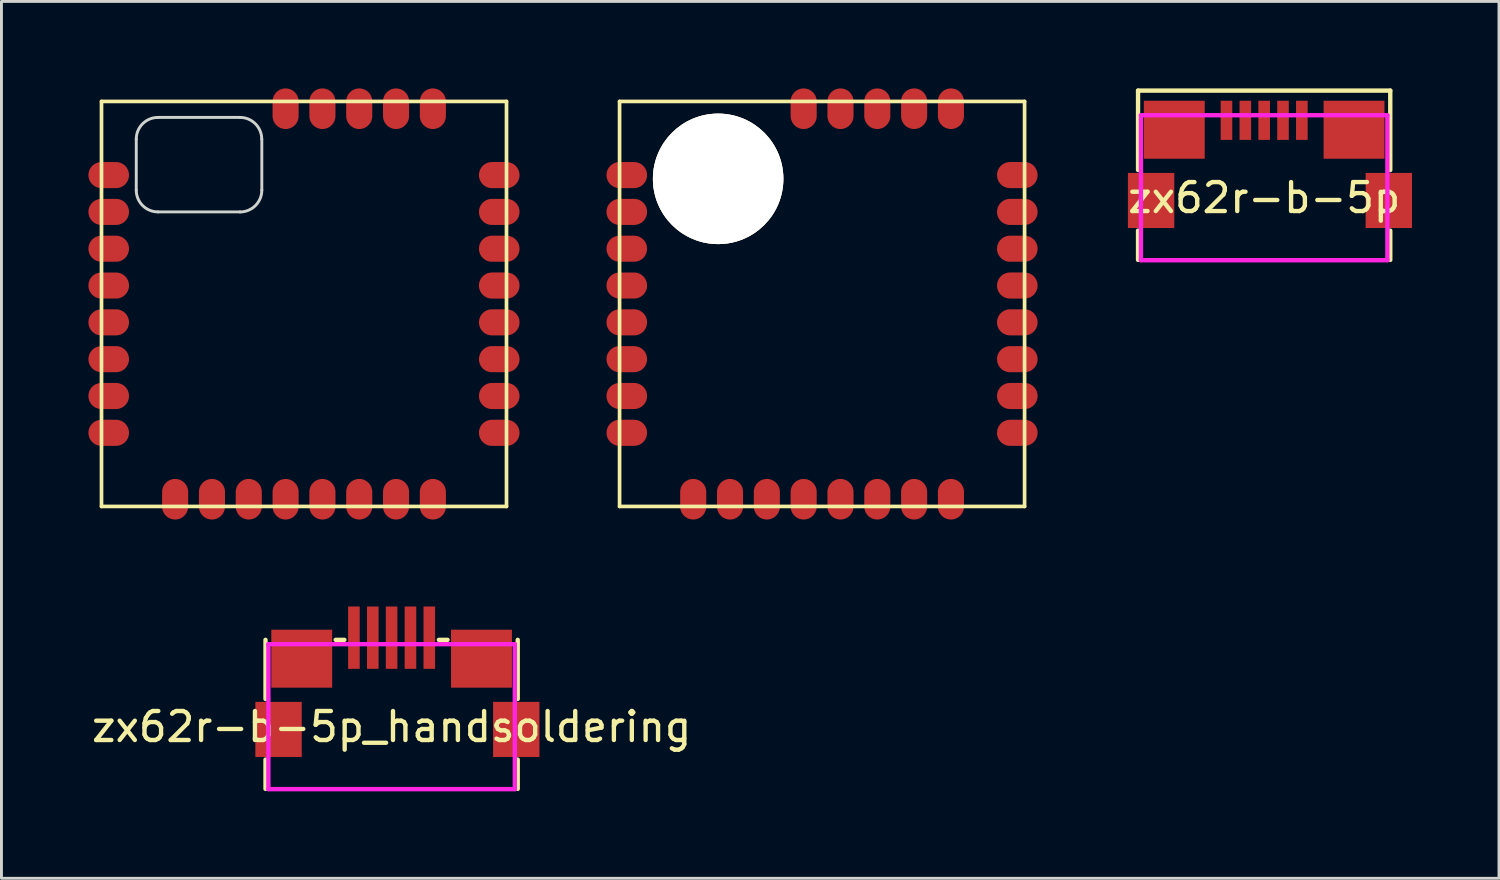
<source format=kicad_pcb>
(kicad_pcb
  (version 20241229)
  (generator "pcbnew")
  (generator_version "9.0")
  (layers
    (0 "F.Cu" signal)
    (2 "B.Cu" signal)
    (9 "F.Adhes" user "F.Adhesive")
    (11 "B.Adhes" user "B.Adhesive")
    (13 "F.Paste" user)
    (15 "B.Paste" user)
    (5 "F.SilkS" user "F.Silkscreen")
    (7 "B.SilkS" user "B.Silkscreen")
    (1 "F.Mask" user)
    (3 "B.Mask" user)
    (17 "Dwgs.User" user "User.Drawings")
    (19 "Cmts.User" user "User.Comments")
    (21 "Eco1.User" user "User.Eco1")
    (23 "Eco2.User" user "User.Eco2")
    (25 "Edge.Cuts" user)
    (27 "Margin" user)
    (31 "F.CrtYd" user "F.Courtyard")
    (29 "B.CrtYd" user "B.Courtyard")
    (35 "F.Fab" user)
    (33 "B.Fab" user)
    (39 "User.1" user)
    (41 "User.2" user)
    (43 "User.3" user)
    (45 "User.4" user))
  (footprint "zx62r-b-5p_handsoldering"
    (layer "F.Cu")
    (at 10.458 22.02)
    (property "Reference" "zx62r-b-5p_handsoldering" (at 0 0 180) (layer "F.SilkS") (effects (font (size 1 1) (thickness 0.15))))
    (attr smd)
    (fp_line (start -4.35 -0.96) (end -4.35 -3) (stroke (width 0.15) (type solid)) (layer "F.SilkS"))
    (fp_line (start -4.35 2.14) (end -4.35 1.13) (stroke (width 0.15) (type solid)) (layer "F.SilkS"))
    (fp_line (start -1.93 -3) (end -1.63 -3) (stroke (width 0.15) (type solid)) (layer "F.SilkS"))
    (fp_line (start 1.93 -3) (end 1.63 -3) (stroke (width 0.15) (type solid)) (layer "F.SilkS"))
    (fp_line (start 4.35 -3) (end 4.35 -0.96) (stroke (width 0.15) (type solid)) (layer "F.SilkS"))
    (fp_line (start 4.35 2.14) (end 4.35 1.13) (stroke (width 0.15) (type solid)) (layer "F.SilkS"))
    (fp_line (start -4.25 -2.85) (end -4.25 2.15) (stroke (width 0.15) (type solid)) (layer "F.CrtYd"))
    (fp_line (start -4.25 -2.85) (end 4.25 -2.85) (stroke (width 0.15) (type solid)) (layer "F.CrtYd"))
    (fp_line (start -4.25 2.15) (end 4.25 2.15) (stroke (width 0.15) (type solid)) (layer "F.CrtYd"))
    (fp_line (start 4.25 -2.85) (end 4.25 2.15) (stroke (width 0.15) (type solid)) (layer "F.CrtYd"))
    (pad "1" smd rect (at 1.3 -3.075 90) (size 2.15 0.4) (layers "F.Cu" "F.Mask" "F.Paste"))
    (pad "2" smd rect (at 0.65 -3.075 90) (size 2.15 0.4) (layers "F.Cu" "F.Mask" "F.Paste"))
    (pad "3" smd rect (at 0 -3.075 90) (size 2.15 0.4) (layers "F.Cu" "F.Mask" "F.Paste"))
    (pad "4" smd rect (at -0.65 -3.075 90) (size 2.15 0.4) (layers "F.Cu" "F.Mask" "F.Paste"))
    (pad "5" smd rect (at -1.3 -3.075 90) (size 2.15 0.4) (layers "F.Cu" "F.Mask" "F.Paste"))
    (pad "6" smd rect (at -3.9 0.09 90) (size 1.9 1.6) (layers "F.Cu" "F.Mask" "F.Paste"))
    (pad "6" smd rect (at -3.1 -2.35 90) (size 2 2.1) (layers "F.Cu" "F.Mask" "F.Paste"))
    (pad "6" smd trapezoid (at 3.1 -2.35 90) (size 2 2.1) (layers "F.Cu" "F.Mask" "F.Paste"))
    (pad "6" smd rect (at 4.3 0.09 90) (size 1.9 1.6) (layers "F.Cu" "F.Mask" "F.Paste")))
  (footprint "TWE_LITE"
    (layer "F.Cu")
    (at 0.451 14.419)
    (property "Reference" "TWE_LITE" (at 0 0 0) (layer "Cmts.User") (effects (font (size 0.001 0.001) (thickness 0.000001))))
    (attr through_hole)
    (fp_line (start 0 -13.97) (end 0 0) (stroke (width 0.127) (type solid)) (layer "F.SilkS"))
    (fp_line (start 0 0) (end 13.97 0) (stroke (width 0.127) (type solid)) (layer "F.SilkS"))
    (fp_line (start 13.97 -13.97) (end 0 -13.97) (stroke (width 0.127) (type solid)) (layer "F.SilkS"))
    (fp_line (start 13.97 0) (end 13.97 -13.97) (stroke (width 0.127) (type solid)) (layer "F.SilkS"))
    (fp_line (start 1.199 -10.909) (end 1.199 -12.67) (stroke (width 0.1) (type solid)) (layer "Edge.Cuts"))
    (fp_line (start 1.948 -13.419) (end 4.778 -13.419) (stroke (width 0.1) (type solid)) (layer "Edge.Cuts"))
    (fp_line (start 4.778 -10.16) (end 1.948 -10.16) (stroke (width 0.1) (type solid)) (layer "Edge.Cuts"))
    (fp_line (start 5.53 -12.67) (end 5.53 -10.909) (stroke (width 0.1) (type solid)) (layer "Edge.Cuts"))
    (fp_arc (start 1.19888 -12.66952) (mid 1.418345 -13.199355) (end 1.94818 -13.41882) (stroke (width 0.1) (type solid)) (layer "Edge.Cuts"))
    (fp_arc (start 1.94818 -10.16) (mid 1.418345 -10.379465) (end 1.19888 -10.9093) (stroke (width 0.1) (type solid)) (layer "Edge.Cuts"))
    (fp_arc (start 4.77774 -13.41882) (mid 5.307575 -13.199355) (end 5.52704 -12.66952) (stroke (width 0.1) (type solid)) (layer "Edge.Cuts"))
    (fp_arc (start 5.52958 -10.9093) (mid 5.309371 -10.377669) (end 4.77774 -10.15746) (stroke (width 0.1) (type solid)) (layer "Edge.Cuts"))
    (pad "1" smd oval (at 0.249 -11.43) (size 1.4 0.899) (layers "F.Cu" "F.Mask" "F.Paste"))
    (pad "2" smd oval (at 0.249 -10.16) (size 1.4 0.899) (layers "F.Cu" "F.Mask" "F.Paste"))
    (pad "3" smd oval (at 0.249 -8.89) (size 1.4 0.899) (layers "F.Cu" "F.Mask" "F.Paste"))
    (pad "4" smd oval (at 0.249 -7.62) (size 1.4 0.899) (layers "F.Cu" "F.Mask" "F.Paste"))
    (pad "5" smd oval (at 0.249 -6.35) (size 1.4 0.9) (layers "F.Cu" "F.Mask" "F.Paste"))
    (pad "6" smd oval (at 0.249 -5.08) (size 1.4 0.9) (layers "F.Cu" "F.Mask" "F.Paste"))
    (pad "7" smd oval (at 0.249 -3.81) (size 1.4 0.9) (layers "F.Cu" "F.Mask" "F.Paste"))
    (pad "8" smd oval (at 0.249 -2.54) (size 1.4 0.9) (layers "F.Cu" "F.Mask" "F.Paste"))
    (pad "9" smd oval (at 2.54 -0.249 90) (size 1.4 0.9) (layers "F.Cu" "F.Mask" "F.Paste"))
    (pad "10" smd oval (at 3.81 -0.249 90) (size 1.4 0.9) (layers "F.Cu" "F.Mask" "F.Paste"))
    (pad "11" smd oval (at 5.08 -0.249 90) (size 1.4 0.9) (layers "F.Cu" "F.Mask" "F.Paste"))
    (pad "12" smd oval (at 6.35 -0.249 90) (size 1.4 0.9) (layers "F.Cu" "F.Mask" "F.Paste"))
    (pad "13" smd oval (at 7.62 -0.249 90) (size 1.4 0.9) (layers "F.Cu" "F.Mask" "F.Paste"))
    (pad "14" smd oval (at 8.89 -0.249 90) (size 1.4 0.9) (layers "F.Cu" "F.Mask" "F.Paste"))
    (pad "15" smd oval (at 10.16 -0.249 90) (size 1.4 0.9) (layers "F.Cu" "F.Mask" "F.Paste"))
    (pad "16" smd oval (at 11.43 -0.249 90) (size 1.4 0.9) (layers "F.Cu" "F.Mask" "F.Paste"))
    (pad "17" smd oval (at 13.719 -2.54 180) (size 1.4 0.9) (layers "F.Cu" "F.Mask" "F.Paste"))
    (pad "18" smd oval (at 13.719 -3.81 180) (size 1.4 0.9) (layers "F.Cu" "F.Mask" "F.Paste"))
    (pad "19" smd oval (at 13.719 -5.08 180) (size 1.4 0.9) (layers "F.Cu" "F.Mask" "F.Paste"))
    (pad "20" smd oval (at 13.719 -6.35 180) (size 1.4 0.9) (layers "F.Cu" "F.Mask" "F.Paste"))
    (pad "21" smd oval (at 13.719 -7.62 180) (size 1.4 0.9) (layers "F.Cu" "F.Mask" "F.Paste"))
    (pad "22" smd oval (at 13.719 -8.89 180) (size 1.4 0.9) (layers "F.Cu" "F.Mask" "F.Paste"))
    (pad "23" smd oval (at 13.719 -10.16 180) (size 1.4 0.9) (layers "F.Cu" "F.Mask" "F.Paste"))
    (pad "24" smd oval (at 13.719 -11.43 180) (size 1.4 0.9) (layers "F.Cu" "F.Mask" "F.Paste"))
    (pad "25" smd oval (at 11.43 -13.719 270) (size 1.4 0.899) (layers "F.Cu" "F.Mask" "F.Paste"))
    (pad "26" smd oval (at 10.16 -13.719 270) (size 1.4 0.9) (layers "F.Cu" "F.Mask" "F.Paste"))
    (pad "27" smd oval (at 8.89 -13.719 270) (size 1.4 0.9) (layers "F.Cu" "F.Mask" "F.Paste"))
    (pad "28" smd oval (at 7.62 -13.719 270) (size 1.4 0.9) (layers "F.Cu" "F.Mask" "F.Paste"))
    (pad "29" smd oval (at 6.35 -13.719 270) (size 1.4 0.9) (layers "F.Cu" "F.Mask" "F.Paste")))
  (footprint "zx62r-b-5p"
    (layer "F.Cu")
    (at 40.555 3.775)
    (property "Reference" "zx62r-b-5p" (at 0 0 180) (layer "F.SilkS") (effects (font (size 1 1) (thickness 0.15))))
    (attr smd)
    (fp_line (start -4.35 -3.7) (end 4.35 -3.7) (stroke (width 0.15) (type solid)) (layer "F.SilkS"))
    (fp_line (start -4.35 -0.96) (end -4.35 -3.7) (stroke (width 0.15) (type solid)) (layer "F.SilkS"))
    (fp_line (start -4.35 1.13) (end -4.35 2.14) (stroke (width 0.15) (type solid)) (layer "F.SilkS"))
    (fp_line (start 4.35 -3.7) (end 4.35 -0.96) (stroke (width 0.15) (type solid)) (layer "F.SilkS"))
    (fp_line (start 4.35 1.13) (end 4.35 2.14) (stroke (width 0.15) (type solid)) (layer "F.SilkS"))
    (fp_line (start -4.25 -2.85) (end -4.25 2.15) (stroke (width 0.15) (type solid)) (layer "F.CrtYd"))
    (fp_line (start -4.25 -2.85) (end 4.25 -2.85) (stroke (width 0.15) (type solid)) (layer "F.CrtYd"))
    (fp_line (start -4.25 2.15) (end 4.25 2.15) (stroke (width 0.15) (type solid)) (layer "F.CrtYd"))
    (fp_line (start 4.25 -2.85) (end 4.25 2.15) (stroke (width 0.15) (type solid)) (layer "F.CrtYd"))
    (pad "1" smd rect (at 1.3 -2.675 90) (size 1.35 0.4) (layers "F.Cu" "F.Mask" "F.Paste"))
    (pad "2" smd rect (at 0.65 -2.675 90) (size 1.35 0.4) (layers "F.Cu" "F.Mask" "F.Paste"))
    (pad "3" smd rect (at 0 -2.675 90) (size 1.35 0.4) (layers "F.Cu" "F.Mask" "F.Paste"))
    (pad "4" smd rect (at -0.65 -2.675 90) (size 1.35 0.4) (layers "F.Cu" "F.Mask" "F.Paste"))
    (pad "5" smd rect (at -1.3 -2.675 90) (size 1.35 0.4) (layers "F.Cu" "F.Mask" "F.Paste"))
    (pad "6" smd rect (at -3.9 0.09 90) (size 1.9 1.6) (layers "F.Cu" "F.Mask" "F.Paste"))
    (pad "6" smd rect (at -3.1 -2.35 90) (size 2 2.1) (layers "F.Cu" "F.Mask" "F.Paste"))
    (pad "6" smd trapezoid (at 3.1 -2.35 90) (size 2 2.1) (layers "F.Cu" "F.Mask" "F.Paste"))
    (pad "6" smd rect (at 4.3 0.09 90) (size 1.9 1.6) (layers "F.Cu" "F.Mask" "F.Paste")))
  (footprint "TWE_LITE_SMD"
    (layer "F.Cu")
    (at 18.321 14.419)
    (property "Reference" "TWE_LITE_SMD" (at 0 0 0) (layer "Cmts.User") (effects (font (size 0.001 0.001) (thickness 0.000001))))
    (attr through_hole)
    (fp_line (start 0 -13.97) (end 0 0) (stroke (width 0.127) (type solid)) (layer "F.SilkS"))
    (fp_line (start 0 0) (end 13.97 0) (stroke (width 0.127) (type solid)) (layer "F.SilkS"))
    (fp_line (start 13.97 -13.97) (end 0 -13.97) (stroke (width 0.127) (type solid)) (layer "F.SilkS"))
    (fp_line (start 13.97 0) (end 13.97 -13.97) (stroke (width 0.127) (type solid)) (layer "F.SilkS"))
    (pad "" thru_hole oval (at 3.4 -11.3) (size 4.5 4.5) (drill oval 4.5) (layers "*.Cu" "*.Mask" "F.SilkS"))
    (pad "1" smd oval (at 0.249 -11.43) (size 1.4 0.899) (layers "F.Cu" "F.Mask" "F.Paste"))
    (pad "2" smd oval (at 0.249 -10.16) (size 1.4 0.899) (layers "F.Cu" "F.Mask" "F.Paste"))
    (pad "3" smd oval (at 0.249 -8.89) (size 1.4 0.899) (layers "F.Cu" "F.Mask" "F.Paste"))
    (pad "4" smd oval (at 0.249 -7.62) (size 1.4 0.899) (layers "F.Cu" "F.Mask" "F.Paste"))
    (pad "5" smd oval (at 0.249 -6.35) (size 1.4 0.9) (layers "F.Cu" "F.Mask" "F.Paste"))
    (pad "6" smd oval (at 0.249 -5.08) (size 1.4 0.9) (layers "F.Cu" "F.Mask" "F.Paste"))
    (pad "7" smd oval (at 0.249 -3.81) (size 1.4 0.9) (layers "F.Cu" "F.Mask" "F.Paste"))
    (pad "8" smd oval (at 0.249 -2.54) (size 1.4 0.9) (layers "F.Cu" "F.Mask" "F.Paste"))
    (pad "9" smd oval (at 2.54 -0.249 90) (size 1.4 0.9) (layers "F.Cu" "F.Mask" "F.Paste"))
    (pad "10" smd oval (at 3.81 -0.249 90) (size 1.4 0.9) (layers "F.Cu" "F.Mask" "F.Paste"))
    (pad "11" smd oval (at 5.08 -0.249 90) (size 1.4 0.9) (layers "F.Cu" "F.Mask" "F.Paste"))
    (pad "12" smd oval (at 6.35 -0.249 90) (size 1.4 0.9) (layers "F.Cu" "F.Mask" "F.Paste"))
    (pad "13" smd oval (at 7.62 -0.249 90) (size 1.4 0.9) (layers "F.Cu" "F.Mask" "F.Paste"))
    (pad "14" smd oval (at 8.89 -0.249 90) (size 1.4 0.9) (layers "F.Cu" "F.Mask" "F.Paste"))
    (pad "15" smd oval (at 10.16 -0.249 90) (size 1.4 0.9) (layers "F.Cu" "F.Mask" "F.Paste"))
    (pad "16" smd oval (at 11.43 -0.249 90) (size 1.4 0.9) (layers "F.Cu" "F.Mask" "F.Paste"))
    (pad "17" smd oval (at 13.719 -2.54 180) (size 1.4 0.9) (layers "F.Cu" "F.Mask" "F.Paste"))
    (pad "18" smd oval (at 13.719 -3.81 180) (size 1.4 0.9) (layers "F.Cu" "F.Mask" "F.Paste"))
    (pad "19" smd oval (at 13.719 -5.08 180) (size 1.4 0.9) (layers "F.Cu" "F.Mask" "F.Paste"))
    (pad "20" smd oval (at 13.719 -6.35 180) (size 1.4 0.9) (layers "F.Cu" "F.Mask" "F.Paste"))
    (pad "21" smd oval (at 13.719 -7.62 180) (size 1.4 0.9) (layers "F.Cu" "F.Mask" "F.Paste"))
    (pad "22" smd oval (at 13.719 -8.89 180) (size 1.4 0.9) (layers "F.Cu" "F.Mask" "F.Paste"))
    (pad "23" smd oval (at 13.719 -10.16 180) (size 1.4 0.9) (layers "F.Cu" "F.Mask" "F.Paste"))
    (pad "24" smd oval (at 13.719 -11.43 180) (size 1.4 0.9) (layers "F.Cu" "F.Mask" "F.Paste"))
    (pad "25" smd oval (at 11.43 -13.719 270) (size 1.4 0.899) (layers "F.Cu" "F.Mask" "F.Paste"))
    (pad "26" smd oval (at 10.16 -13.719 270) (size 1.4 0.9) (layers "F.Cu" "F.Mask" "F.Paste"))
    (pad "27" smd oval (at 8.89 -13.719 270) (size 1.4 0.9) (layers "F.Cu" "F.Mask" "F.Paste"))
    (pad "28" smd oval (at 7.62 -13.719 270) (size 1.4 0.9) (layers "F.Cu" "F.Mask" "F.Paste"))
    (pad "29" smd oval (at 6.35 -13.719 270) (size 1.4 0.9) (layers "F.Cu" "F.Mask" "F.Paste")))
  (gr_rect
    (start -3 -3)
    (end 48.655 27.245)
    (stroke (width 0.1) (type default))
    (fill no)
    (layer "Edge.Cuts")))
</source>
